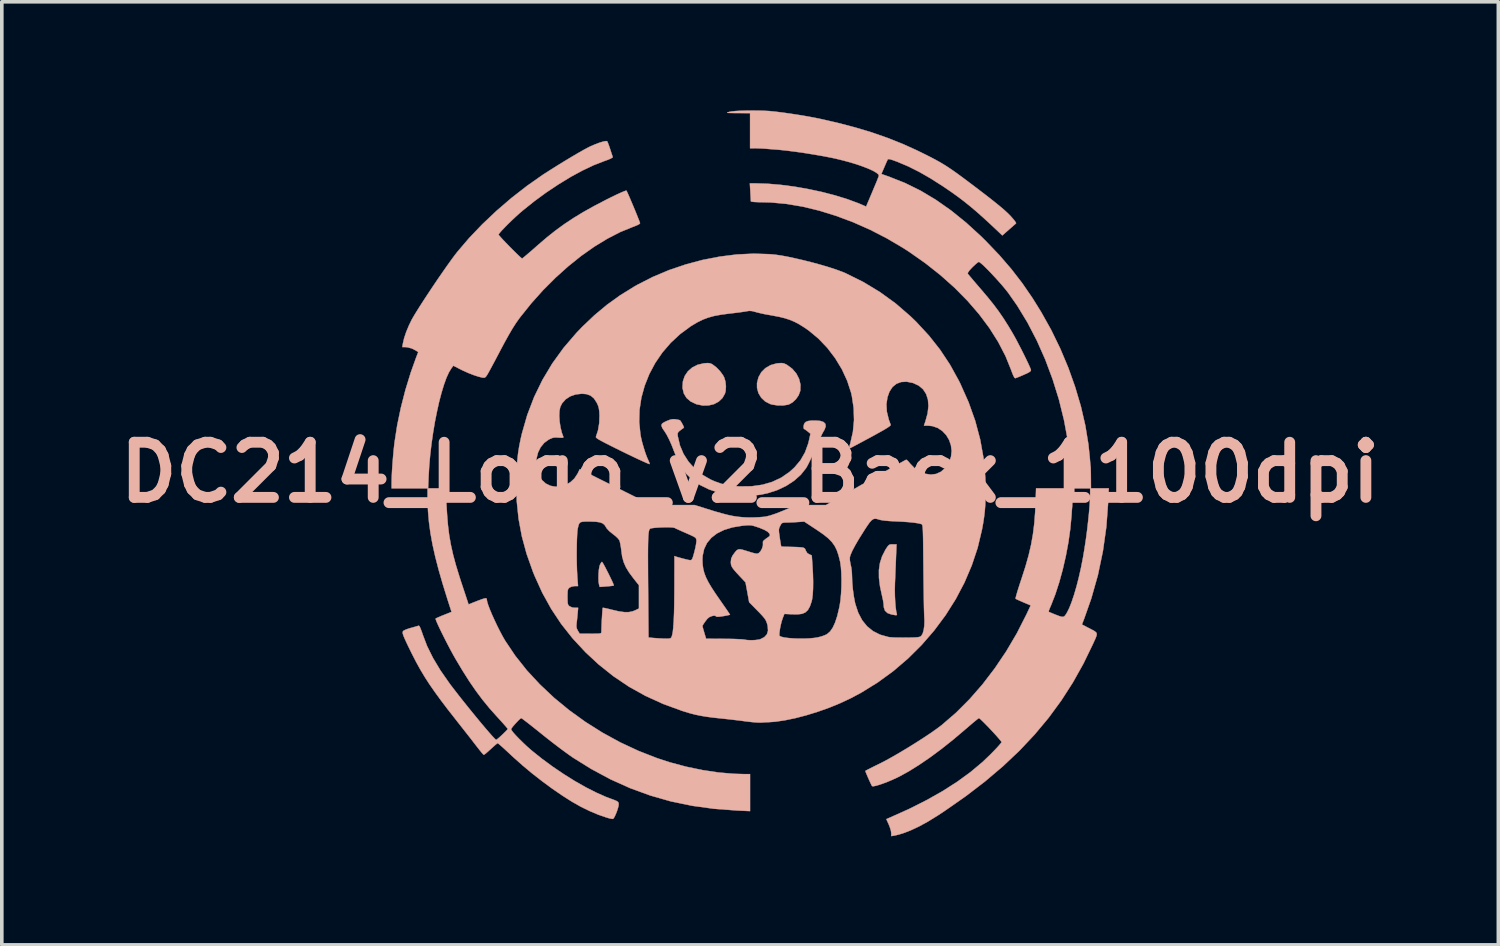
<source format=kicad_pcb>
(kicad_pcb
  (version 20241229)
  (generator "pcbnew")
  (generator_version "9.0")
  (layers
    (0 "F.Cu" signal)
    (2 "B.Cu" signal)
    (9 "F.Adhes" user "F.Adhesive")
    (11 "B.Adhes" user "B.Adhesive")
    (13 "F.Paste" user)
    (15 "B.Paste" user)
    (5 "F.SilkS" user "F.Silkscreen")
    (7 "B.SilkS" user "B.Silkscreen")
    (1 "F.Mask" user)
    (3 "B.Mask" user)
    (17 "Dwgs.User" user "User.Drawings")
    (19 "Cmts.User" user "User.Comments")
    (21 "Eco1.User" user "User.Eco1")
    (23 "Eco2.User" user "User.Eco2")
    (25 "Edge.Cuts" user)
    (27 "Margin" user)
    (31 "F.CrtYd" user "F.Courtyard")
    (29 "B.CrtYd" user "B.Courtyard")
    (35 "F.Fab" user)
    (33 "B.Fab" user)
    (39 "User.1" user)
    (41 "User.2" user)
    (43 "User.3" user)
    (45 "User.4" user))
  (footprint "DC214_Logo_v2_Back_1100dpi"
    (layer "F.Cu")
    (at 17.678 10.006)
    (property "Reference" "DC214_Logo_v2_Back_1100dpi" (at 0 0 0) (layer "B.SilkS") (effects (font (size 1.524 1.524) (thickness 0.3))))
    (attr through_hole)
    (fp_poly (pts (xy -4.077 2.49) (xy -4.046 2.542) (xy -4.004 2.619) (xy -3.956 2.712) (xy -3.905 2.812) (xy -3.857 2.911) (xy -3.814 3) (xy -3.783 3.071) (xy -3.766 3.115) (xy -3.765 3.125) (xy -3.791 3.131) (xy -3.852 3.139) (xy -3.936 3.147) (xy -3.965 3.149) (xy -4.155 3.164) (xy -4.173 3.1) (xy -4.186 3.022) (xy -4.19 2.917) (xy -4.187 2.801) (xy -4.178 2.69) (xy -4.162 2.598) (xy -4.15 2.557) (xy -4.122 2.503) (xy -4.099 2.473) (xy -4.093 2.471) (xy -4.077 2.49)) (stroke (width 0.01) (type solid)) (fill yes) (layer "B.SilkS"))
    (fp_poly (pts (xy 0.936 -3.013) (xy 0.999 -2.985) (xy 1.022 -2.972) (xy 1.166 -2.865) (xy 1.278 -2.734) (xy 1.354 -2.587) (xy 1.393 -2.43) (xy 1.389 -2.27) (xy 1.384 -2.246) (xy 1.342 -2.132) (xy 1.268 -2.025) (xy 1.175 -1.937) (xy 1.073 -1.88) (xy 1.051 -1.873) (xy 0.913 -1.851) (xy 0.758 -1.853) (xy 0.609 -1.876) (xy 0.554 -1.892) (xy 0.418 -1.962) (xy 0.309 -2.065) (xy 0.232 -2.192) (xy 0.193 -2.336) (xy 0.192 -2.47) (xy 0.233 -2.631) (xy 0.311 -2.77) (xy 0.424 -2.883) (xy 0.565 -2.965) (xy 0.731 -3.012) (xy 0.787 -3.019) (xy 0.873 -3.023) (xy 0.936 -3.013)) (stroke (width 0.01) (type solid)) (fill yes) (layer "B.SilkS"))
    (fp_poly (pts (xy -1.109 -3.017) (xy -1.058 -2.997) (xy -1.035 -2.983) (xy -0.929 -2.902) (xy -0.828 -2.797) (xy -0.747 -2.685) (xy -0.714 -2.624) (xy -0.68 -2.509) (xy -0.667 -2.378) (xy -0.675 -2.253) (xy -0.694 -2.179) (xy -0.764 -2.055) (xy -0.868 -1.957) (xy -0.997 -1.888) (xy -1.145 -1.852) (xy -1.305 -1.849) (xy -1.471 -1.883) (xy -1.491 -1.889) (xy -1.642 -1.961) (xy -1.755 -2.058) (xy -1.829 -2.18) (xy -1.865 -2.327) (xy -1.867 -2.351) (xy -1.856 -2.516) (xy -1.805 -2.666) (xy -1.717 -2.796) (xy -1.598 -2.9) (xy -1.45 -2.975) (xy -1.279 -3.015) (xy -1.259 -3.017) (xy -1.171 -3.023) (xy -1.109 -3.017)) (stroke (width 0.01) (type solid)) (fill yes) (layer "B.SilkS"))
    (fp_poly (pts (xy 4.032 2.373) (xy 4.026 2.537) (xy 4.018 2.719) (xy 4.011 2.899) (xy 4.004 3.057) (xy 4.003 3.094) (xy 4 3.255) (xy 4.003 3.42) (xy 4.011 3.58) (xy 4.023 3.724) (xy 4.039 3.841) (xy 4.055 3.908) (xy 4.059 3.932) (xy 4.048 3.943) (xy 4.013 3.943) (xy 3.944 3.931) (xy 3.902 3.923) (xy 3.797 3.885) (xy 3.728 3.819) (xy 3.697 3.727) (xy 3.695 3.691) (xy 3.689 3.623) (xy 3.674 3.529) (xy 3.652 3.429) (xy 3.65 3.421) (xy 3.592 3.152) (xy 3.562 2.913) (xy 3.561 2.699) (xy 3.589 2.504) (xy 3.647 2.322) (xy 3.735 2.147) (xy 3.763 2.102) (xy 3.807 2.037) (xy 3.841 2.003) (xy 3.881 1.988) (xy 3.94 1.986) (xy 3.943 1.986) (xy 4.048 1.986) (xy 4.032 2.373)) (stroke (width 0.01) (type solid)) (fill yes) (layer "B.SilkS"))
    (fp_poly (pts (xy -2.075 -1.471) (xy -2.062 -1.469) (xy -1.994 -1.458) (xy -1.947 -1.446) (xy -1.937 -1.442) (xy -1.917 -1.417) (xy -1.887 -1.369) (xy -1.857 -1.313) (xy -1.835 -1.265) (xy -1.828 -1.238) (xy -1.828 -1.237) (xy -1.912 -1.176) (xy -1.965 -1.134) (xy -1.993 -1.101) (xy -2.002 -1.068) (xy -2 -1.026) (xy -1.996 -0.995) (xy -1.938 -0.747) (xy -1.839 -0.513) (xy -1.701 -0.298) (xy -1.528 -0.105) (xy -1.324 0.061) (xy -1.091 0.196) (xy -0.97 0.249) (xy -0.801 0.309) (xy -0.639 0.349) (xy -0.466 0.374) (xy -0.284 0.386) (xy 0.042 0.382) (xy 0.341 0.34) (xy 0.615 0.26) (xy 0.864 0.142) (xy 1.09 -0.014) (xy 1.228 -0.139) (xy 1.394 -0.337) (xy 1.52 -0.557) (xy 1.608 -0.801) (xy 1.629 -0.887) (xy 1.669 -1.07) (xy 1.591 -1.135) (xy 1.539 -1.174) (xy 1.503 -1.198) (xy 1.495 -1.2) (xy 1.481 -1.22) (xy 1.479 -1.266) (xy 1.488 -1.319) (xy 1.506 -1.363) (xy 1.508 -1.365) (xy 1.546 -1.399) (xy 1.606 -1.421) (xy 1.694 -1.432) (xy 1.804 -1.434) (xy 1.938 -1.424) (xy 2.03 -1.394) (xy 2.081 -1.343) (xy 2.09 -1.273) (xy 2.058 -1.183) (xy 2.035 -1.144) (xy 2.003 -1.087) (xy 1.958 -0.996) (xy 1.905 -0.881) (xy 1.847 -0.752) (xy 1.8 -0.644) (xy 1.741 -0.508) (xy 1.68 -0.377) (xy 1.624 -0.26) (xy 1.576 -0.168) (xy 1.549 -0.121) (xy 1.403 0.063) (xy 1.219 0.227) (xy 1.003 0.369) (xy 0.759 0.485) (xy 0.493 0.572) (xy 0.306 0.612) (xy 0.209 0.625) (xy 0.082 0.634) (xy -0.062 0.641) (xy -0.209 0.644) (xy -0.346 0.643) (xy -0.462 0.638) (xy -0.531 0.631) (xy -0.847 0.565) (xy -1.131 0.47) (xy -1.381 0.348) (xy -1.597 0.2) (xy -1.775 0.027) (xy -1.916 -0.171) (xy -1.943 -0.221) (xy -1.991 -0.32) (xy -2.044 -0.441) (xy -2.091 -0.561) (xy -2.102 -0.589) (xy -2.168 -0.759) (xy -2.238 -0.915) (xy -2.306 -1.047) (xy -2.369 -1.147) (xy -2.388 -1.172) (xy -2.427 -1.232) (xy -2.447 -1.29) (xy -2.448 -1.299) (xy -2.441 -1.334) (xy -2.414 -1.363) (xy -2.358 -1.395) (xy -2.306 -1.42) (xy -2.215 -1.456) (xy -2.144 -1.472) (xy -2.075 -1.471)) (stroke (width 0.01) (type solid)) (fill yes) (layer "B.SilkS"))
    (fp_poly (pts (xy -3.953 -9.155) (xy -3.949 -9.152) (xy -3.934 -9.122) (xy -3.91 -9.06) (xy -3.88 -8.976) (xy -3.867 -8.936) (xy -3.838 -8.846) (xy -3.813 -8.771) (xy -3.797 -8.723) (xy -3.794 -8.714) (xy -3.811 -8.696) (xy -3.865 -8.668) (xy -3.95 -8.633) (xy -4.034 -8.603) (xy -4.324 -8.49) (xy -4.634 -8.343) (xy -4.96 -8.166) (xy -5.294 -7.962) (xy -5.632 -7.737) (xy -5.966 -7.492) (xy -6.29 -7.232) (xy -6.292 -7.23) (xy -6.384 -7.151) (xy -6.484 -7.06) (xy -6.587 -6.963) (xy -6.687 -6.866) (xy -6.778 -6.773) (xy -6.856 -6.692) (xy -6.913 -6.627) (xy -6.946 -6.584) (xy -6.95 -6.573) (xy -6.935 -6.55) (xy -6.892 -6.501) (xy -6.829 -6.432) (xy -6.751 -6.35) (xy -6.663 -6.26) (xy -6.574 -6.169) (xy -6.488 -6.084) (xy -6.411 -6.009) (xy -6.35 -5.952) (xy -6.31 -5.918) (xy -6.299 -5.911) (xy -6.279 -5.926) (xy -6.228 -5.967) (xy -6.153 -6.031) (xy -6.057 -6.113) (xy -5.947 -6.209) (xy -5.852 -6.293) (xy -5.61 -6.5) (xy -5.373 -6.688) (xy -5.131 -6.864) (xy -4.879 -7.031) (xy -4.608 -7.196) (xy -4.312 -7.361) (xy -3.981 -7.534) (xy -3.831 -7.609) (xy -3.707 -7.669) (xy -3.596 -7.72) (xy -3.507 -7.759) (xy -3.445 -7.783) (xy -3.417 -7.789) (xy -3.416 -7.788) (xy -3.402 -7.762) (xy -3.374 -7.7) (xy -3.335 -7.612) (xy -3.289 -7.504) (xy -3.239 -7.386) (xy -3.188 -7.264) (xy -3.14 -7.147) (xy -3.098 -7.042) (xy -3.065 -6.959) (xy -3.045 -6.904) (xy -3.04 -6.886) (xy -3.059 -6.865) (xy -3.115 -6.835) (xy -3.2 -6.8) (xy -3.233 -6.788) (xy -3.582 -6.646) (xy -3.94 -6.462) (xy -4.303 -6.241) (xy -4.666 -5.985) (xy -5.025 -5.697) (xy -5.377 -5.381) (xy -5.717 -5.041) (xy -6.042 -4.678) (xy -6.347 -4.298) (xy -6.393 -4.237) (xy -6.476 -4.118) (xy -6.567 -3.975) (xy -6.667 -3.804) (xy -6.78 -3.601) (xy -6.896 -3.383) (xy -6.979 -3.225) (xy -7.057 -3.077) (xy -7.128 -2.945) (xy -7.188 -2.833) (xy -7.234 -2.75) (xy -7.263 -2.7) (xy -7.266 -2.695) (xy -7.304 -2.641) (xy -7.336 -2.619) (xy -7.381 -2.619) (xy -7.407 -2.623) (xy -7.509 -2.649) (xy -7.638 -2.691) (xy -7.779 -2.746) (xy -7.92 -2.808) (xy -8.023 -2.859) (xy -8.199 -2.95) (xy -8.254 -2.878) (xy -8.322 -2.766) (xy -8.392 -2.613) (xy -8.46 -2.423) (xy -8.527 -2.202) (xy -8.592 -1.955) (xy -8.652 -1.685) (xy -8.709 -1.4) (xy -8.759 -1.102) (xy -8.803 -0.797) (xy -8.839 -0.491) (xy -8.866 -0.187) (xy -8.882 0.087) (xy -8.897 0.439) (xy -8.405 0.439) (xy -8.403 0.595) (xy -8.4 0.692) (xy -8.397 0.786) (xy -8.393 0.843) (xy -8.389 0.906) (xy -8.383 1) (xy -8.376 1.11) (xy -8.372 1.174) (xy -8.349 1.455) (xy -8.316 1.724) (xy -8.27 1.99) (xy -8.209 2.264) (xy -8.131 2.555) (xy -8.034 2.872) (xy -7.987 3.018) (xy -7.779 3.647) (xy -7.659 3.599) (xy -7.522 3.545) (xy -7.422 3.508) (xy -7.353 3.485) (xy -7.31 3.477) (xy -7.286 3.481) (xy -7.276 3.497) (xy -7.274 3.524) (xy -7.263 3.582) (xy -7.234 3.673) (xy -7.189 3.791) (xy -7.132 3.927) (xy -7.065 4.075) (xy -6.993 4.228) (xy -6.918 4.378) (xy -6.844 4.518) (xy -6.774 4.64) (xy -6.766 4.653) (xy -6.488 5.067) (xy -6.169 5.469) (xy -5.811 5.855) (xy -5.42 6.224) (xy -4.998 6.571) (xy -4.55 6.894) (xy -4.079 7.191) (xy -3.589 7.459) (xy -3.083 7.695) (xy -2.566 7.897) (xy -2.217 8.011) (xy -1.768 8.131) (xy -1.316 8.225) (xy -0.872 8.292) (xy -0.444 8.328) (xy -0.179 8.336) (xy 0 8.336) (xy 0 9.359) (xy -0.352 9.343) (xy -0.988 9.296) (xy -1.599 9.212) (xy -2.189 9.09) (xy -2.759 8.927) (xy -3.315 8.724) (xy -3.858 8.48) (xy -4.393 8.192) (xy -4.885 7.886) (xy -4.99 7.813) (xy -5.123 7.717) (xy -5.274 7.605) (xy -5.435 7.482) (xy -5.599 7.355) (xy -5.755 7.23) (xy -5.755 7.23) (xy -5.892 7.12) (xy -6.018 7.02) (xy -6.128 6.933) (xy -6.218 6.864) (xy -6.283 6.815) (xy -6.318 6.791) (xy -6.323 6.789) (xy -6.35 6.805) (xy -6.396 6.847) (xy -6.453 6.906) (xy -6.511 6.97) (xy -6.562 7.03) (xy -6.595 7.077) (xy -6.604 7.096) (xy -6.587 7.13) (xy -6.542 7.19) (xy -6.472 7.268) (xy -6.384 7.359) (xy -6.283 7.459) (xy -6.175 7.561) (xy -6.065 7.659) (xy -6.021 7.696) (xy -5.745 7.917) (xy -5.452 8.132) (xy -5.149 8.337) (xy -4.844 8.528) (xy -4.543 8.699) (xy -4.254 8.846) (xy -3.984 8.966) (xy -3.856 9.014) (xy -3.756 9.051) (xy -3.692 9.078) (xy -3.655 9.101) (xy -3.637 9.126) (xy -3.63 9.157) (xy -3.63 9.16) (xy -3.635 9.213) (xy -3.654 9.287) (xy -3.682 9.372) (xy -3.716 9.455) (xy -3.749 9.524) (xy -3.778 9.567) (xy -3.791 9.575) (xy -3.828 9.571) (xy -3.894 9.557) (xy -3.96 9.538) (xy -4.189 9.46) (xy -4.433 9.357) (xy -4.675 9.239) (xy -4.687 9.232) (xy -4.927 9.096) (xy -5.189 8.929) (xy -5.465 8.74) (xy -5.746 8.533) (xy -6.025 8.315) (xy -6.293 8.091) (xy -6.543 7.868) (xy -6.58 7.834) (xy -6.689 7.732) (xy -6.788 7.641) (xy -6.87 7.567) (xy -6.932 7.513) (xy -6.967 7.485) (xy -6.973 7.481) (xy -6.997 7.496) (xy -7.046 7.536) (xy -7.112 7.595) (xy -7.165 7.643) (xy -7.239 7.71) (xy -7.301 7.764) (xy -7.344 7.796) (xy -7.358 7.803) (xy -7.378 7.786) (xy -7.421 7.738) (xy -7.479 7.666) (xy -7.548 7.578) (xy -7.566 7.555) (xy -7.634 7.467) (xy -7.724 7.35) (xy -7.83 7.215) (xy -7.945 7.069) (xy -8.062 6.92) (xy -8.138 6.823) (xy -8.356 6.545) (xy -8.546 6.294) (xy -8.713 6.065) (xy -8.861 5.852) (xy -8.993 5.647) (xy -9.113 5.446) (xy -9.226 5.242) (xy -9.336 5.028) (xy -9.362 4.976) (xy -9.444 4.809) (xy -9.506 4.678) (xy -9.551 4.579) (xy -9.581 4.506) (xy -9.597 4.454) (xy -9.6 4.418) (xy -9.594 4.394) (xy -9.582 4.378) (xy -9.544 4.357) (xy -9.476 4.329) (xy -9.388 4.301) (xy -9.364 4.295) (xy -9.276 4.27) (xy -9.204 4.249) (xy -9.16 4.236) (xy -9.155 4.234) (xy -9.136 4.25) (xy -9.109 4.307) (xy -9.074 4.398) (xy -9.045 4.484) (xy -8.925 4.799) (xy -8.763 5.126) (xy -8.558 5.468) (xy -8.31 5.824) (xy -8.271 5.877) (xy -8.164 6.016) (xy -8.047 6.167) (xy -7.922 6.325) (xy -7.794 6.485) (xy -7.664 6.645) (xy -7.538 6.799) (xy -7.418 6.944) (xy -7.307 7.075) (xy -7.209 7.189) (xy -7.128 7.281) (xy -7.066 7.347) (xy -7.028 7.383) (xy -7.017 7.389) (xy -6.992 7.374) (xy -6.944 7.335) (xy -6.883 7.281) (xy -6.819 7.22) (xy -6.76 7.162) (xy -6.716 7.116) (xy -6.697 7.089) (xy -6.696 7.088) (xy -6.711 7.066) (xy -6.753 7.016) (xy -6.817 6.943) (xy -6.898 6.853) (xy -6.991 6.751) (xy -7.003 6.738) (xy -7.205 6.512) (xy -7.394 6.28) (xy -7.577 6.036) (xy -7.76 5.77) (xy -7.946 5.476) (xy -8.128 5.172) (xy -8.197 5.051) (xy -8.271 4.915) (xy -8.347 4.771) (xy -8.422 4.626) (xy -8.493 4.484) (xy -8.558 4.352) (xy -8.613 4.236) (xy -8.655 4.142) (xy -8.682 4.075) (xy -8.69 4.041) (xy -8.689 4.039) (xy -8.661 4.023) (xy -8.6 3.996) (xy -8.516 3.96) (xy -8.46 3.938) (xy -8.25 3.854) (xy -8.363 3.503) (xy -8.495 3.077) (xy -8.607 2.687) (xy -8.7 2.327) (xy -8.775 1.992) (xy -8.832 1.676) (xy -8.873 1.374) (xy -8.899 1.08) (xy -8.912 0.79) (xy -8.913 0.675) (xy -8.913 0.439) (xy -9.906 0.439) (xy -9.906 0.271) (xy -9.903 0.138) (xy -9.895 -0.028) (xy -9.883 -0.216) (xy -9.867 -0.412) (xy -9.85 -0.604) (xy -9.831 -0.781) (xy -9.823 -0.843) (xy -9.751 -1.307) (xy -9.65 -1.791) (xy -9.525 -2.278) (xy -9.379 -2.754) (xy -9.235 -3.158) (xy -9.171 -3.325) (xy -9.233 -3.368) (xy -9.351 -3.428) (xy -9.481 -3.461) (xy -9.53 -3.464) (xy -9.61 -3.464) (xy -9.594 -3.562) (xy -9.56 -3.709) (xy -9.503 -3.88) (xy -9.429 -4.059) (xy -9.351 -4.22) (xy -9.294 -4.32) (xy -9.214 -4.451) (xy -9.116 -4.607) (xy -9.003 -4.782) (xy -8.88 -4.969) (xy -8.751 -5.163) (xy -8.62 -5.356) (xy -8.49 -5.544) (xy -8.368 -5.719) (xy -8.255 -5.876) (xy -8.158 -6.008) (xy -8.09 -6.095) (xy -7.765 -6.476) (xy -7.402 -6.856) (xy -7.009 -7.228) (xy -6.595 -7.584) (xy -6.166 -7.918) (xy -5.733 -8.222) (xy -5.657 -8.271) (xy -5.479 -8.385) (xy -5.295 -8.5) (xy -5.111 -8.613) (xy -4.933 -8.72) (xy -4.768 -8.817) (xy -4.621 -8.901) (xy -4.5 -8.967) (xy -4.411 -9.012) (xy -4.402 -9.016) (xy -4.28 -9.068) (xy -4.166 -9.111) (xy -4.068 -9.141) (xy -3.995 -9.156) (xy -3.953 -9.155)) (stroke (width 0.01) (type solid)) (fill yes) (layer "B.SilkS"))
    (fp_poly (pts (xy 0.209 -10) (xy 0.363 -9.996) (xy 0.501 -9.989) (xy 0.534 -9.987) (xy 0.7 -9.97) (xy 0.898 -9.946) (xy 1.117 -9.915) (xy 1.344 -9.88) (xy 1.567 -9.843) (xy 1.773 -9.805) (xy 1.917 -9.776) (xy 2.436 -9.657) (xy 2.917 -9.531) (xy 3.366 -9.396) (xy 3.793 -9.247) (xy 4.204 -9.084) (xy 4.606 -8.903) (xy 4.881 -8.768) (xy 5.018 -8.698) (xy 5.14 -8.633) (xy 5.252 -8.571) (xy 5.36 -8.506) (xy 5.469 -8.437) (xy 5.585 -8.359) (xy 5.714 -8.268) (xy 5.86 -8.161) (xy 6.03 -8.034) (xy 6.229 -7.884) (xy 6.314 -7.819) (xy 6.539 -7.647) (xy 6.728 -7.499) (xy 6.884 -7.373) (xy 7.011 -7.266) (xy 7.111 -7.175) (xy 7.187 -7.099) (xy 7.189 -7.098) (xy 7.259 -7.019) (xy 7.313 -6.953) (xy 7.346 -6.905) (xy 7.352 -6.884) (xy 7.327 -6.862) (xy 7.275 -6.817) (xy 7.206 -6.756) (xy 7.151 -6.708) (xy 6.971 -6.55) (xy 6.874 -6.642) (xy 6.645 -6.858) (xy 6.44 -7.046) (xy 6.254 -7.211) (xy 6.08 -7.358) (xy 5.912 -7.493) (xy 5.743 -7.621) (xy 5.567 -7.747) (xy 5.377 -7.877) (xy 5.322 -7.914) (xy 4.989 -8.126) (xy 4.677 -8.305) (xy 4.378 -8.455) (xy 4.086 -8.579) (xy 4.053 -8.592) (xy 3.945 -8.631) (xy 3.874 -8.653) (xy 3.83 -8.66) (xy 3.808 -8.653) (xy 3.804 -8.648) (xy 3.788 -8.614) (xy 3.758 -8.548) (xy 3.722 -8.465) (xy 3.708 -8.432) (xy 3.629 -8.248) (xy 3.84 -8.174) (xy 4.28 -8) (xy 4.71 -7.788) (xy 5.134 -7.535) (xy 5.553 -7.241) (xy 5.97 -6.904) (xy 6.386 -6.524) (xy 6.524 -6.387) (xy 6.889 -6.005) (xy 7.218 -5.624) (xy 7.521 -5.232) (xy 7.807 -4.816) (xy 8.045 -4.433) (xy 8.323 -3.936) (xy 8.573 -3.421) (xy 8.795 -2.893) (xy 8.985 -2.359) (xy 9.143 -1.825) (xy 9.265 -1.296) (xy 9.35 -0.779) (xy 9.388 -0.416) (xy 9.396 -0.316) (xy 9.403 -0.233) (xy 9.409 -0.176) (xy 9.411 -0.162) (xy 9.414 -0.126) (xy 9.416 -0.055) (xy 9.418 0.042) (xy 9.419 0.155) (xy 9.419 0.156) (xy 9.421 0.439) (xy 9.913 0.439) (xy 9.897 0.814) (xy 9.846 1.502) (xy 9.751 2.176) (xy 9.613 2.836) (xy 9.43 3.483) (xy 9.236 4.035) (xy 9.171 4.202) (xy 9.351 4.296) (xy 9.455 4.349) (xy 9.526 4.389) (xy 9.568 4.425) (xy 9.582 4.465) (xy 9.572 4.52) (xy 9.541 4.598) (xy 9.49 4.709) (xy 9.479 4.734) (xy 9.214 5.281) (xy 8.922 5.803) (xy 8.601 6.302) (xy 8.25 6.781) (xy 7.865 7.242) (xy 7.446 7.687) (xy 6.99 8.118) (xy 6.494 8.539) (xy 5.957 8.95) (xy 5.377 9.355) (xy 5.172 9.49) (xy 4.917 9.647) (xy 4.67 9.782) (xy 4.436 9.892) (xy 4.221 9.974) (xy 4.031 10.027) (xy 3.989 10.035) (xy 3.902 10.05) (xy 3.902 9.966) (xy 3.893 9.902) (xy 3.867 9.816) (xy 3.834 9.731) (xy 3.766 9.58) (xy 3.869 9.536) (xy 4.398 9.298) (xy 4.882 9.054) (xy 5.325 8.804) (xy 5.728 8.546) (xy 6.094 8.279) (xy 6.425 8.002) (xy 6.633 7.803) (xy 6.731 7.703) (xy 6.817 7.613) (xy 6.886 7.537) (xy 6.932 7.482) (xy 6.95 7.453) (xy 6.95 7.452) (xy 6.935 7.426) (xy 6.893 7.375) (xy 6.831 7.303) (xy 6.755 7.219) (xy 6.67 7.127) (xy 6.583 7.035) (xy 6.499 6.949) (xy 6.426 6.876) (xy 6.368 6.821) (xy 6.333 6.792) (xy 6.326 6.789) (xy 6.303 6.803) (xy 6.251 6.844) (xy 6.175 6.906) (xy 6.081 6.986) (xy 5.974 7.078) (xy 5.934 7.112) (xy 5.609 7.387) (xy 5.288 7.642) (xy 4.975 7.874) (xy 4.675 8.079) (xy 4.392 8.256) (xy 4.131 8.4) (xy 4.076 8.427) (xy 3.942 8.489) (xy 3.808 8.546) (xy 3.68 8.595) (xy 3.565 8.634) (xy 3.47 8.661) (xy 3.403 8.673) (xy 3.371 8.668) (xy 3.356 8.641) (xy 3.329 8.584) (xy 3.294 8.508) (xy 3.257 8.425) (xy 3.224 8.347) (xy 3.198 8.285) (xy 3.187 8.251) (xy 3.187 8.248) (xy 3.206 8.236) (xy 3.261 8.207) (xy 3.345 8.165) (xy 3.45 8.112) (xy 3.572 8.053) (xy 3.574 8.052) (xy 3.741 7.966) (xy 3.933 7.86) (xy 4.142 7.739) (xy 4.36 7.608) (xy 4.579 7.472) (xy 4.79 7.337) (xy 4.985 7.207) (xy 5.156 7.087) (xy 5.295 6.983) (xy 5.302 6.977) (xy 5.69 6.642) (xy 6.065 6.267) (xy 6.425 5.855) (xy 6.764 5.411) (xy 7.081 4.941) (xy 7.372 4.447) (xy 7.632 3.936) (xy 7.634 3.933) (xy 7.673 3.85) (xy 8.252 3.85) (xy 8.276 3.862) (xy 8.334 3.886) (xy 8.413 3.919) (xy 8.455 3.935) (xy 8.554 3.973) (xy 8.621 3.991) (xy 8.667 3.987) (xy 8.703 3.958) (xy 8.74 3.904) (xy 8.759 3.872) (xy 8.822 3.746) (xy 8.887 3.58) (xy 8.954 3.38) (xy 9.021 3.152) (xy 9.085 2.902) (xy 9.145 2.636) (xy 9.199 2.361) (xy 9.201 2.352) (xy 9.24 2.119) (xy 9.278 1.871) (xy 9.312 1.617) (xy 9.341 1.365) (xy 9.366 1.125) (xy 9.384 0.904) (xy 9.395 0.713) (xy 9.398 0.585) (xy 9.398 0.439) (xy 8.913 0.439) (xy 8.91 0.664) (xy 8.909 0.768) (xy 8.906 0.86) (xy 8.903 0.927) (xy 8.902 0.947) (xy 8.897 0.996) (xy 8.891 1.076) (xy 8.885 1.174) (xy 8.882 1.212) (xy 8.849 1.564) (xy 8.797 1.932) (xy 8.727 2.307) (xy 8.642 2.678) (xy 8.544 3.035) (xy 8.436 3.368) (xy 8.32 3.666) (xy 8.302 3.706) (xy 8.273 3.776) (xy 8.255 3.828) (xy 8.252 3.85) (xy 7.673 3.85) (xy 7.755 3.675) (xy 7.555 3.59) (xy 7.466 3.551) (xy 7.393 3.518) (xy 7.348 3.496) (xy 7.338 3.489) (xy 7.34 3.464) (xy 7.356 3.402) (xy 7.383 3.307) (xy 7.42 3.188) (xy 7.465 3.049) (xy 7.504 2.932) (xy 7.612 2.596) (xy 7.699 2.287) (xy 7.767 1.994) (xy 7.818 1.705) (xy 7.855 1.408) (xy 7.879 1.09) (xy 7.89 0.849) (xy 7.904 0.439) (xy 8.892 0.439) (xy 8.888 0.248) (xy 8.885 0.156) (xy 8.877 0.032) (xy 8.867 -0.111) (xy 8.856 -0.257) (xy 8.851 -0.312) (xy 8.781 -0.881) (xy 8.675 -1.451) (xy 8.535 -2.018) (xy 8.361 -2.576) (xy 8.158 -3.12) (xy 7.926 -3.643) (xy 7.668 -4.14) (xy 7.385 -4.606) (xy 7.138 -4.959) (xy 7.063 -5.055) (xy 6.972 -5.164) (xy 6.872 -5.278) (xy 6.767 -5.394) (xy 6.662 -5.506) (xy 6.563 -5.609) (xy 6.474 -5.697) (xy 6.4 -5.764) (xy 6.347 -5.807) (xy 6.321 -5.819) (xy 6.292 -5.803) (xy 6.241 -5.762) (xy 6.176 -5.702) (xy 6.144 -5.671) (xy 6.067 -5.589) (xy 6.025 -5.531) (xy 6.015 -5.497) (xy 6.017 -5.492) (xy 6.037 -5.467) (xy 6.083 -5.411) (xy 6.15 -5.332) (xy 6.234 -5.233) (xy 6.331 -5.12) (xy 6.401 -5.039) (xy 6.58 -4.827) (xy 6.735 -4.634) (xy 6.873 -4.449) (xy 7.004 -4.258) (xy 7.136 -4.05) (xy 7.238 -3.879) (xy 7.294 -3.782) (xy 7.359 -3.664) (xy 7.428 -3.531) (xy 7.5 -3.393) (xy 7.569 -3.255) (xy 7.633 -3.124) (xy 7.688 -3.009) (xy 7.73 -2.916) (xy 7.756 -2.852) (xy 7.762 -2.832) (xy 7.758 -2.808) (xy 7.731 -2.782) (xy 7.675 -2.75) (xy 7.583 -2.708) (xy 7.564 -2.699) (xy 7.473 -2.66) (xy 7.395 -2.628) (xy 7.342 -2.608) (xy 7.327 -2.604) (xy 7.304 -2.622) (xy 7.271 -2.686) (xy 7.229 -2.792) (xy 7.216 -2.829) (xy 7.059 -3.217) (xy 6.858 -3.605) (xy 6.615 -3.99) (xy 6.332 -4.369) (xy 6.011 -4.741) (xy 5.655 -5.102) (xy 5.265 -5.45) (xy 4.844 -5.783) (xy 4.393 -6.099) (xy 4.214 -6.214) (xy 3.772 -6.474) (xy 3.316 -6.708) (xy 2.851 -6.914) (xy 2.383 -7.089) (xy 1.917 -7.234) (xy 1.458 -7.345) (xy 1.01 -7.421) (xy 0.58 -7.461) (xy 0.387 -7.466) (xy 0.236 -7.469) (xy 0.124 -7.474) (xy 0.052 -7.481) (xy 0.023 -7.491) (xy 0.022 -7.492) (xy 0.021 -7.524) (xy 0.017 -7.591) (xy 0.012 -7.682) (xy 0.008 -7.753) (xy -0.006 -7.989) (xy 0.153 -7.989) (xy 0.492 -7.978) (xy 0.854 -7.947) (xy 1.23 -7.898) (xy 1.61 -7.831) (xy 1.986 -7.751) (xy 2.348 -7.657) (xy 2.686 -7.553) (xy 2.992 -7.44) (xy 3.087 -7.4) (xy 3.207 -7.347) (xy 3.38 -7.756) (xy 3.434 -7.886) (xy 3.483 -8.001) (xy 3.521 -8.096) (xy 3.548 -8.164) (xy 3.56 -8.196) (xy 3.56 -8.197) (xy 3.547 -8.236) (xy 3.492 -8.282) (xy 3.402 -8.335) (xy 3.28 -8.391) (xy 3.131 -8.45) (xy 2.96 -8.51) (xy 2.771 -8.568) (xy 2.568 -8.623) (xy 2.358 -8.674) (xy 2.269 -8.693) (xy 2.035 -8.739) (xy 1.782 -8.783) (xy 1.521 -8.825) (xy 1.264 -8.862) (xy 1.022 -8.893) (xy 0.807 -8.916) (xy 0.693 -8.925) (xy 0.586 -8.933) (xy 0.488 -8.941) (xy 0.414 -8.947) (xy 0.393 -8.949) (xy 0.326 -8.953) (xy 0.235 -8.956) (xy 0.156 -8.958) (xy 0 -8.959) (xy 0 -9.929) (xy -0.341 -9.931) (xy -0.472 -9.932) (xy -0.561 -9.934) (xy -0.613 -9.936) (xy -0.633 -9.941) (xy -0.624 -9.948) (xy -0.593 -9.959) (xy -0.566 -9.966) (xy -0.5 -9.978) (xy -0.397 -9.988) (xy -0.265 -9.995) (xy -0.114 -9.999) (xy 0.046 -10.001) (xy 0.209 -10)) (stroke (width 0.01) (type solid)) (fill yes) (layer "B.SilkS"))
    (fp_poly (pts (xy 0.544 -6.032) (xy 0.687 -6.019) (xy 0.851 -5.996) (xy 1.046 -5.96) (xy 1.264 -5.913) (xy 1.495 -5.859) (xy 1.732 -5.799) (xy 1.964 -5.735) (xy 2.183 -5.67) (xy 2.379 -5.606) (xy 2.545 -5.545) (xy 2.631 -5.51) (xy 3.125 -5.265) (xy 3.589 -4.985) (xy 4.026 -4.668) (xy 4.436 -4.313) (xy 4.596 -4.158) (xy 4.942 -3.784) (xy 5.25 -3.394) (xy 5.524 -2.981) (xy 5.77 -2.535) (xy 5.808 -2.459) (xy 6.038 -1.943) (xy 6.222 -1.427) (xy 6.36 -0.908) (xy 6.454 -0.385) (xy 6.502 0.142) (xy 6.51 0.517) (xy 6.506 0.73) (xy 6.499 0.911) (xy 6.486 1.074) (xy 6.467 1.234) (xy 6.441 1.405) (xy 6.407 1.59) (xy 6.289 2.084) (xy 6.127 2.569) (xy 5.925 3.043) (xy 5.683 3.502) (xy 5.403 3.945) (xy 5.089 4.367) (xy 4.742 4.767) (xy 4.365 5.142) (xy 3.959 5.489) (xy 3.527 5.804) (xy 3.071 6.086) (xy 2.774 6.244) (xy 2.487 6.378) (xy 2.184 6.502) (xy 1.871 6.613) (xy 1.557 6.71) (xy 1.251 6.79) (xy 0.96 6.85) (xy 0.693 6.889) (xy 0.505 6.902) (xy 0.421 6.905) (xy 0.357 6.909) (xy 0.325 6.911) (xy 0.324 6.912) (xy 0.296 6.913) (xy 0.237 6.912) (xy 0.185 6.91) (xy 0.106 6.904) (xy -0.001 6.893) (xy -0.12 6.879) (xy -0.185 6.87) (xy -0.3 6.855) (xy -0.444 6.838) (xy -0.6 6.82) (xy -0.753 6.803) (xy -0.785 6.8) (xy -1.011 6.776) (xy -1.202 6.751) (xy -1.369 6.723) (xy -1.522 6.691) (xy -1.672 6.652) (xy -1.83 6.604) (xy -1.88 6.588) (xy -2.4 6.398) (xy -2.888 6.176) (xy -3.348 5.92) (xy -3.781 5.628) (xy -4.193 5.299) (xy -4.55 4.966) (xy -4.904 4.585) (xy -5.218 4.188) (xy -5.496 3.769) (xy -5.678 3.44) (xy -5.045 3.44) (xy -5.044 3.542) (xy -5.04 3.608) (xy -5.03 3.65) (xy -5.011 3.678) (xy -4.991 3.697) (xy -4.918 3.731) (xy -4.843 3.741) (xy -4.751 3.741) (xy -4.765 3.897) (xy -4.775 4.001) (xy -4.786 4.107) (xy -4.794 4.172) (xy -4.799 4.254) (xy -4.788 4.315) (xy -4.758 4.374) (xy -4.707 4.457) (xy -4.408 4.457) (xy -4.287 4.456) (xy -4.203 4.455) (xy -4.152 4.45) (xy -4.124 4.442) (xy -4.112 4.428) (xy -4.109 4.408) (xy -4.109 4.405) (xy -4.107 4.318) (xy -4.103 4.214) (xy -4.098 4.1) (xy -4.091 3.988) (xy -4.085 3.887) (xy -4.079 3.806) (xy -4.074 3.754) (xy -4.071 3.741) (xy -4.046 3.742) (xy -3.986 3.754) (xy -3.9 3.774) (xy -3.803 3.798) (xy -3.622 3.84) (xy -3.474 3.86) (xy -3.351 3.86) (xy -3.245 3.838) (xy -3.178 3.812) (xy -3.071 3.76) (xy -3.071 3.117) (xy -3.222 2.927) (xy -3.343 2.764) (xy -3.432 2.617) (xy -3.494 2.474) (xy -3.534 2.325) (xy -3.536 2.314) (xy -2.822 2.314) (xy -2.821 2.532) (xy -2.82 2.788) (xy -2.818 3.087) (xy -2.817 3.175) (xy -2.806 4.56) (xy -2.69 4.573) (xy -2.609 4.579) (xy -2.503 4.586) (xy -2.395 4.591) (xy -2.386 4.591) (xy -2.291 4.593) (xy -2.231 4.59) (xy -2.197 4.58) (xy -2.177 4.561) (xy -2.172 4.552) (xy -2.152 4.493) (xy -2.134 4.398) (xy -2.12 4.265) (xy -2.109 4.092) (xy -2.1 3.879) (xy -2.095 3.623) (xy -2.092 3.323) (xy -2.091 3.181) (xy -2.091 2.985) (xy -2.091 2.805) (xy -2.09 2.645) (xy -2.09 2.511) (xy -2.09 2.407) (xy -2.09 2.338) (xy -2.09 2.31) (xy -2.09 2.309) (xy -2.069 2.319) (xy -2.016 2.336) (xy -1.941 2.357) (xy -1.856 2.38) (xy -1.774 2.401) (xy -1.706 2.417) (xy -1.664 2.424) (xy -1.66 2.425) (xy -1.632 2.422) (xy -1.615 2.411) (xy -1.316 2.411) (xy -1.311 2.54) (xy -1.295 2.66) (xy -1.265 2.778) (xy -1.218 2.901) (xy -1.151 3.035) (xy -1.061 3.186) (xy -0.946 3.361) (xy -0.842 3.511) (xy -0.758 3.632) (xy -0.683 3.739) (xy -0.622 3.828) (xy -0.579 3.892) (xy -0.556 3.926) (xy -0.554 3.931) (xy -0.575 3.938) (xy -0.631 3.951) (xy -0.712 3.966) (xy -0.741 3.971) (xy -0.84 3.985) (xy -0.901 3.989) (xy -0.935 3.983) (xy -0.946 3.973) (xy -0.97 3.957) (xy -1.018 3.961) (xy -1.057 3.97) (xy -1.124 3.997) (xy -1.182 4.046) (xy -1.233 4.111) (xy -1.277 4.174) (xy -1.307 4.222) (xy -1.316 4.242) (xy -1.31 4.27) (xy -1.294 4.331) (xy -1.27 4.411) (xy -1.266 4.427) (xy -1.215 4.595) (xy -0.729 4.598) (xy -0.579 4.599) (xy -0.441 4.602) (xy -0.323 4.607) (xy -0.234 4.611) (xy -0.18 4.617) (xy -0.173 4.618) (xy -0.081 4.632) (xy 0.032 4.637) (xy 0.147 4.632) (xy 0.246 4.618) (xy 0.284 4.608) (xy 0.395 4.551) (xy 0.466 4.473) (xy 0.496 4.373) (xy 0.488 4.248) (xy 0.474 4.189) (xy 0.454 4.13) (xy 0.43 4.078) (xy 0.393 4.024) (xy 0.34 3.961) (xy 0.262 3.878) (xy 0.204 3.819) (xy -0.025 3.586) (xy -0.075 3.312) (xy -0.126 3.037) (xy -0.278 2.875) (xy -0.374 2.772) (xy -0.442 2.694) (xy -0.487 2.634) (xy -0.514 2.584) (xy -0.527 2.538) (xy -0.531 2.488) (xy -0.531 2.471) (xy -0.521 2.379) (xy -0.484 2.299) (xy -0.465 2.272) (xy -0.411 2.199) (xy -0.368 2.151) (xy -0.325 2.127) (xy -0.273 2.123) (xy -0.201 2.138) (xy -0.098 2.169) (xy -0.059 2.181) (xy 0.051 2.215) (xy 0.126 2.235) (xy 0.176 2.244) (xy 0.21 2.241) (xy 0.236 2.23) (xy 0.244 2.225) (xy 0.292 2.174) (xy 0.333 2.097) (xy 0.356 2.016) (xy 0.356 1.953) (xy 0.355 1.916) (xy 0.376 1.882) (xy 0.428 1.84) (xy 0.448 1.825) (xy 0.512 1.781) (xy 0.543 1.752) (xy 0.55 1.728) (xy 0.537 1.697) (xy 0.53 1.684) (xy 0.485 1.637) (xy 0.429 1.605) (xy 0.796 1.605) (xy 0.801 1.668) (xy 0.814 1.762) (xy 0.82 1.805) (xy 0.835 1.903) (xy 0.848 1.983) (xy 0.858 2.033) (xy 0.861 2.046) (xy 0.885 2.049) (xy 0.945 2.052) (xy 1.033 2.055) (xy 1.127 2.057) (xy 1.268 2.061) (xy 1.37 2.066) (xy 1.44 2.073) (xy 1.485 2.084) (xy 1.512 2.102) (xy 1.528 2.127) (xy 1.537 2.155) (xy 1.58 2.227) (xy 1.632 2.26) (xy 1.705 2.293) (xy 1.724 2.561) (xy 1.737 2.794) (xy 1.743 3.011) (xy 1.741 3.206) (xy 1.732 3.373) (xy 1.715 3.504) (xy 1.7 3.568) (xy 1.653 3.704) (xy 1.598 3.802) (xy 1.528 3.868) (xy 1.436 3.907) (xy 1.315 3.922) (xy 1.163 3.92) (xy 0.948 3.909) (xy 0.898 4.038) (xy 0.872 4.119) (xy 0.848 4.215) (xy 0.828 4.313) (xy 0.815 4.404) (xy 0.809 4.475) (xy 0.813 4.515) (xy 0.816 4.518) (xy 0.863 4.541) (xy 0.947 4.561) (xy 1.061 4.576) (xy 1.195 4.586) (xy 1.341 4.592) (xy 1.491 4.592) (xy 1.637 4.586) (xy 1.769 4.574) (xy 1.866 4.559) (xy 1.965 4.534) (xy 2.058 4.502) (xy 2.126 4.469) (xy 2.129 4.467) (xy 2.212 4.395) (xy 2.285 4.29) (xy 2.35 4.149) (xy 2.409 3.97) (xy 2.462 3.748) (xy 2.475 3.685) (xy 2.499 3.532) (xy 2.515 3.353) (xy 2.525 3.159) (xy 2.527 2.962) (xy 2.522 2.773) (xy 2.51 2.606) (xy 2.49 2.471) (xy 2.488 2.459) (xy 2.479 2.424) (xy 2.757 2.424) (xy 2.775 2.528) (xy 2.78 2.547) (xy 2.799 2.637) (xy 2.812 2.748) (xy 2.817 2.85) (xy 2.823 3.034) (xy 2.841 3.234) (xy 2.868 3.429) (xy 2.901 3.602) (xy 2.91 3.638) (xy 2.99 3.879) (xy 3.098 4.084) (xy 3.235 4.253) (xy 3.4 4.386) (xy 3.595 4.484) (xy 3.82 4.547) (xy 3.833 4.549) (xy 3.892 4.556) (xy 3.987 4.561) (xy 4.106 4.564) (xy 4.239 4.565) (xy 4.312 4.564) (xy 4.453 4.563) (xy 4.555 4.56) (xy 4.626 4.555) (xy 4.673 4.547) (xy 4.705 4.536) (xy 4.727 4.52) (xy 4.733 4.514) (xy 4.771 4.451) (xy 4.799 4.352) (xy 4.816 4.23) (xy 4.82 4.094) (xy 4.816 4.018) (xy 4.813 3.961) (xy 4.81 3.863) (xy 4.806 3.729) (xy 4.803 3.565) (xy 4.8 3.375) (xy 4.797 3.164) (xy 4.794 2.938) (xy 4.791 2.702) (xy 4.791 2.644) (xy 4.788 2.379) (xy 4.786 2.155) (xy 4.784 1.97) (xy 4.782 1.82) (xy 4.779 1.702) (xy 4.776 1.611) (xy 4.772 1.543) (xy 4.768 1.495) (xy 4.762 1.464) (xy 4.755 1.444) (xy 4.746 1.434) (xy 4.736 1.428) (xy 4.731 1.426) (xy 4.652 1.406) (xy 4.53 1.388) (xy 4.372 1.372) (xy 4.182 1.359) (xy 4.024 1.352) (xy 3.855 1.343) (xy 3.717 1.331) (xy 3.614 1.315) (xy 3.569 1.304) (xy 3.504 1.284) (xy 3.451 1.278) (xy 3.404 1.29) (xy 3.357 1.323) (xy 3.304 1.382) (xy 3.24 1.472) (xy 3.158 1.597) (xy 3.149 1.613) (xy 3.013 1.829) (xy 2.906 2.012) (xy 2.827 2.161) (xy 2.777 2.276) (xy 2.758 2.341) (xy 2.757 2.424) (xy 2.479 2.424) (xy 2.445 2.289) (xy 2.397 2.148) (xy 2.338 2.029) (xy 2.261 1.922) (xy 2.161 1.82) (xy 2.032 1.716) (xy 1.868 1.602) (xy 1.832 1.578) (xy 1.497 1.358) (xy 1.32 1.37) (xy 1.211 1.377) (xy 1.098 1.382) (xy 1.011 1.384) (xy 0.935 1.386) (xy 0.891 1.397) (xy 0.862 1.422) (xy 0.834 1.472) (xy 0.832 1.477) (xy 0.811 1.521) (xy 0.799 1.559) (xy 0.796 1.605) (xy 0.429 1.605) (xy 0.398 1.587) (xy 0.266 1.532) (xy 0.175 1.501) (xy 0.098 1.477) (xy 0.037 1.463) (xy -0.025 1.459) (xy -0.102 1.462) (xy -0.208 1.472) (xy -0.223 1.474) (xy -0.489 1.518) (xy -0.719 1.589) (xy -0.913 1.684) (xy -1.07 1.805) (xy -1.19 1.949) (xy -1.27 2.117) (xy -1.311 2.306) (xy -1.316 2.411) (xy -1.615 2.411) (xy -1.611 2.409) (xy -1.593 2.377) (xy -1.573 2.319) (xy -1.547 2.226) (xy -1.537 2.188) (xy -1.511 2.081) (xy -1.492 1.982) (xy -1.482 1.906) (xy -1.482 1.874) (xy -1.487 1.842) (xy -1.499 1.816) (xy -1.525 1.792) (xy -1.573 1.765) (xy -1.648 1.729) (xy -1.759 1.68) (xy -1.766 1.677) (xy -1.874 1.63) (xy -1.969 1.587) (xy -2.043 1.554) (xy -2.084 1.533) (xy -2.087 1.532) (xy -2.128 1.522) (xy -2.203 1.517) (xy -2.301 1.515) (xy -2.411 1.517) (xy -2.522 1.522) (xy -2.624 1.529) (xy -2.705 1.539) (xy -2.756 1.551) (xy -2.765 1.556) (xy -2.778 1.572) (xy -2.789 1.598) (xy -2.798 1.637) (xy -2.806 1.691) (xy -2.812 1.764) (xy -2.816 1.86) (xy -2.819 1.981) (xy -2.821 2.132) (xy -2.822 2.314) (xy -3.536 2.314) (xy -3.555 2.175) (xy -3.569 2.068) (xy -3.586 1.971) (xy -3.603 1.898) (xy -3.614 1.871) (xy -3.649 1.825) (xy -3.711 1.765) (xy -3.787 1.705) (xy -3.796 1.698) (xy -3.891 1.621) (xy -3.959 1.548) (xy -3.983 1.51) (xy -4.022 1.449) (xy -4.076 1.406) (xy -4.153 1.378) (xy -4.26 1.362) (xy -4.404 1.357) (xy -4.442 1.357) (xy -4.559 1.357) (xy -4.638 1.363) (xy -4.688 1.378) (xy -4.719 1.407) (xy -4.74 1.457) (xy -4.758 1.533) (xy -4.762 1.547) (xy -4.772 1.616) (xy -4.779 1.723) (xy -4.785 1.86) (xy -4.789 2.018) (xy -4.791 2.191) (xy -4.791 2.368) (xy -4.788 2.544) (xy -4.783 2.708) (xy -4.775 2.854) (xy -4.773 2.892) (xy -4.754 3.14) (xy -4.845 3.14) (xy -4.933 3.155) (xy -4.991 3.184) (xy -5.017 3.209) (xy -5.033 3.239) (xy -5.041 3.286) (xy -5.045 3.36) (xy -5.045 3.44) (xy -5.678 3.44) (xy -5.743 3.323) (xy -5.96 2.844) (xy -6.003 2.736) (xy -6.176 2.247) (xy -6.307 1.764) (xy -6.397 1.281) (xy -6.448 0.789) (xy -6.46 0.28) (xy -6.458 0.185) (xy -6.449 -0.079) (xy -6.439 -0.228) (xy -5.909 -0.228) (xy -5.886 -0.065) (xy -5.83 0.089) (xy -5.75 0.212) (xy -5.643 0.308) (xy -5.516 0.369) (xy -5.378 0.394) (xy -5.236 0.385) (xy -5.096 0.344) (xy -4.967 0.271) (xy -4.855 0.168) (xy -4.768 0.037) (xy -4.767 0.035) (xy -4.706 -0.09) (xy -4.379 0.073) (xy -4.273 0.126) (xy -4.135 0.195) (xy -3.972 0.276) (xy -3.794 0.365) (xy -3.61 0.457) (xy -3.427 0.549) (xy -3.388 0.568) (xy -2.724 0.901) (xy -1.532 0.901) (xy -1.207 1.003) (xy -0.98 1.074) (xy -0.788 1.129) (xy -0.623 1.172) (xy -0.478 1.203) (xy -0.344 1.224) (xy -0.213 1.237) (xy -0.079 1.244) (xy -0.004 1.245) (xy 0.123 1.243) (xy 0.253 1.237) (xy 0.368 1.228) (xy 0.423 1.222) (xy 0.546 1.193) (xy 0.706 1.14) (xy 0.902 1.063) (xy 0.937 1.048) (xy 1.285 0.901) (xy 2.097 0.901) (xy 2.59 0.62) (xy 2.907 0.44) (xy 3.195 0.276) (xy 3.454 0.13) (xy 3.681 0.001) (xy 3.876 -0.109) (xy 4.037 -0.199) (xy 4.163 -0.269) (xy 4.252 -0.319) (xy 4.303 -0.346) (xy 4.316 -0.352) (xy 4.34 -0.338) (xy 4.381 -0.297) (xy 4.42 -0.249) (xy 4.554 -0.111) (xy 4.714 -0.01) (xy 4.834 0.035) (xy 4.994 0.06) (xy 5.142 0.041) (xy 5.276 -0.02) (xy 5.393 -0.123) (xy 5.49 -0.266) (xy 5.498 -0.281) (xy 5.554 -0.436) (xy 5.571 -0.595) (xy 5.551 -0.752) (xy 5.5 -0.9) (xy 5.42 -1.033) (xy 5.314 -1.145) (xy 5.187 -1.23) (xy 5.042 -1.28) (xy 4.925 -1.293) (xy 4.805 -1.293) (xy 4.847 -1.415) (xy 4.907 -1.634) (xy 4.93 -1.835) (xy 4.916 -2.013) (xy 4.866 -2.168) (xy 4.782 -2.297) (xy 4.664 -2.398) (xy 4.512 -2.469) (xy 4.497 -2.474) (xy 4.326 -2.508) (xy 4.175 -2.499) (xy 4.044 -2.45) (xy 3.936 -2.361) (xy 3.852 -2.232) (xy 3.797 -2.078) (xy 3.768 -1.884) (xy 3.78 -1.679) (xy 3.834 -1.459) (xy 3.887 -1.316) (xy 3.881 -1.3) (xy 3.853 -1.275) (xy 3.798 -1.237) (xy 3.715 -1.186) (xy 3.598 -1.12) (xy 3.447 -1.036) (xy 3.319 -0.966) (xy 3.169 -0.886) (xy 3.034 -0.813) (xy 2.917 -0.751) (xy 2.825 -0.702) (xy 2.761 -0.67) (xy 2.732 -0.656) (xy 2.731 -0.656) (xy 2.735 -0.678) (xy 2.749 -0.733) (xy 2.77 -0.804) (xy 2.842 -1.118) (xy 2.873 -1.447) (xy 2.863 -1.781) (xy 2.813 -2.113) (xy 2.792 -2.204) (xy 2.685 -2.532) (xy 2.538 -2.851) (xy 2.353 -3.156) (xy 2.136 -3.441) (xy 1.891 -3.698) (xy 1.623 -3.921) (xy 1.489 -4.013) (xy 1.356 -4.096) (xy 1.231 -4.162) (xy 1.106 -4.215) (xy 0.97 -4.26) (xy 0.813 -4.299) (xy 0.625 -4.335) (xy 0.52 -4.354) (xy 0.402 -4.375) (xy 0.284 -4.401) (xy 0.184 -4.425) (xy 0.151 -4.435) (xy 0.053 -4.46) (xy -0.023 -4.465) (xy -0.08 -4.457) (xy -0.134 -4.447) (xy -0.223 -4.434) (xy -0.34 -4.418) (xy -0.473 -4.402) (xy -0.577 -4.39) (xy -0.802 -4.36) (xy -0.991 -4.325) (xy -1.155 -4.28) (xy -1.306 -4.223) (xy -1.455 -4.15) (xy -1.611 -4.057) (xy -1.642 -4.038) (xy -1.931 -3.825) (xy -2.192 -3.583) (xy -2.423 -3.315) (xy -2.621 -3.025) (xy -2.785 -2.718) (xy -2.913 -2.396) (xy -3.004 -2.066) (xy -3.055 -1.729) (xy -3.064 -1.392) (xy -3.03 -1.057) (xy -3.014 -0.968) (xy -2.982 -0.832) (xy -2.94 -0.686) (xy -2.895 -0.544) (xy -2.849 -0.42) (xy -2.813 -0.339) (xy -2.787 -0.28) (xy -2.775 -0.238) (xy -2.775 -0.231) (xy -2.797 -0.236) (xy -2.855 -0.26) (xy -2.945 -0.3) (xy -3.063 -0.354) (xy -3.203 -0.42) (xy -3.362 -0.496) (xy -3.53 -0.578) (xy -3.728 -0.676) (xy -3.888 -0.756) (xy -4.014 -0.82) (xy -4.11 -0.871) (xy -4.179 -0.909) (xy -4.224 -0.938) (xy -4.25 -0.96) (xy -4.26 -0.976) (xy -4.259 -0.987) (xy -4.202 -1.162) (xy -4.168 -1.362) (xy -4.161 -1.571) (xy -4.161 -1.573) (xy -4.167 -1.686) (xy -4.178 -1.768) (xy -4.196 -1.836) (xy -4.226 -1.905) (xy -4.239 -1.931) (xy -4.315 -2.047) (xy -4.407 -2.124) (xy -4.523 -2.165) (xy -4.649 -2.175) (xy -4.819 -2.156) (xy -4.971 -2.103) (xy -5.099 -2.019) (xy -5.195 -1.91) (xy -5.245 -1.81) (xy -5.267 -1.701) (xy -5.273 -1.562) (xy -5.263 -1.406) (xy -5.238 -1.245) (xy -5.2 -1.093) (xy -5.162 -0.99) (xy -5.159 -0.969) (xy -5.176 -0.96) (xy -5.222 -0.959) (xy -5.292 -0.963) (xy -5.382 -0.967) (xy -5.449 -0.958) (xy -5.517 -0.931) (xy -5.563 -0.909) (xy -5.689 -0.817) (xy -5.788 -0.696) (xy -5.859 -0.552) (xy -5.899 -0.393) (xy -5.909 -0.228) (xy -6.439 -0.228) (xy -6.434 -0.309) (xy -6.412 -0.518) (xy -6.381 -0.718) (xy -6.34 -0.923) (xy -6.305 -1.074) (xy -6.157 -1.589) (xy -5.968 -2.083) (xy -5.738 -2.556) (xy -5.467 -3.009) (xy -5.154 -3.442) (xy -4.799 -3.856) (xy -4.641 -4.021) (xy -4.301 -4.344) (xy -3.957 -4.631) (xy -3.595 -4.892) (xy -3.205 -5.134) (xy -3.114 -5.186) (xy -2.69 -5.402) (xy -2.244 -5.59) (xy -1.782 -5.747) (xy -1.311 -5.873) (xy -0.836 -5.965) (xy -0.364 -6.024) (xy 0.098 -6.046) (xy 0.544 -6.032)) (stroke (width 0.01) (type solid)) (fill yes) (layer "B.SilkS")))
  (gr_rect
    (start -3 -3)
    (end 38.357 23.061)
    (stroke (width 0.1) (type default))
    (fill no)
    (layer "Edge.Cuts")))
</source>
